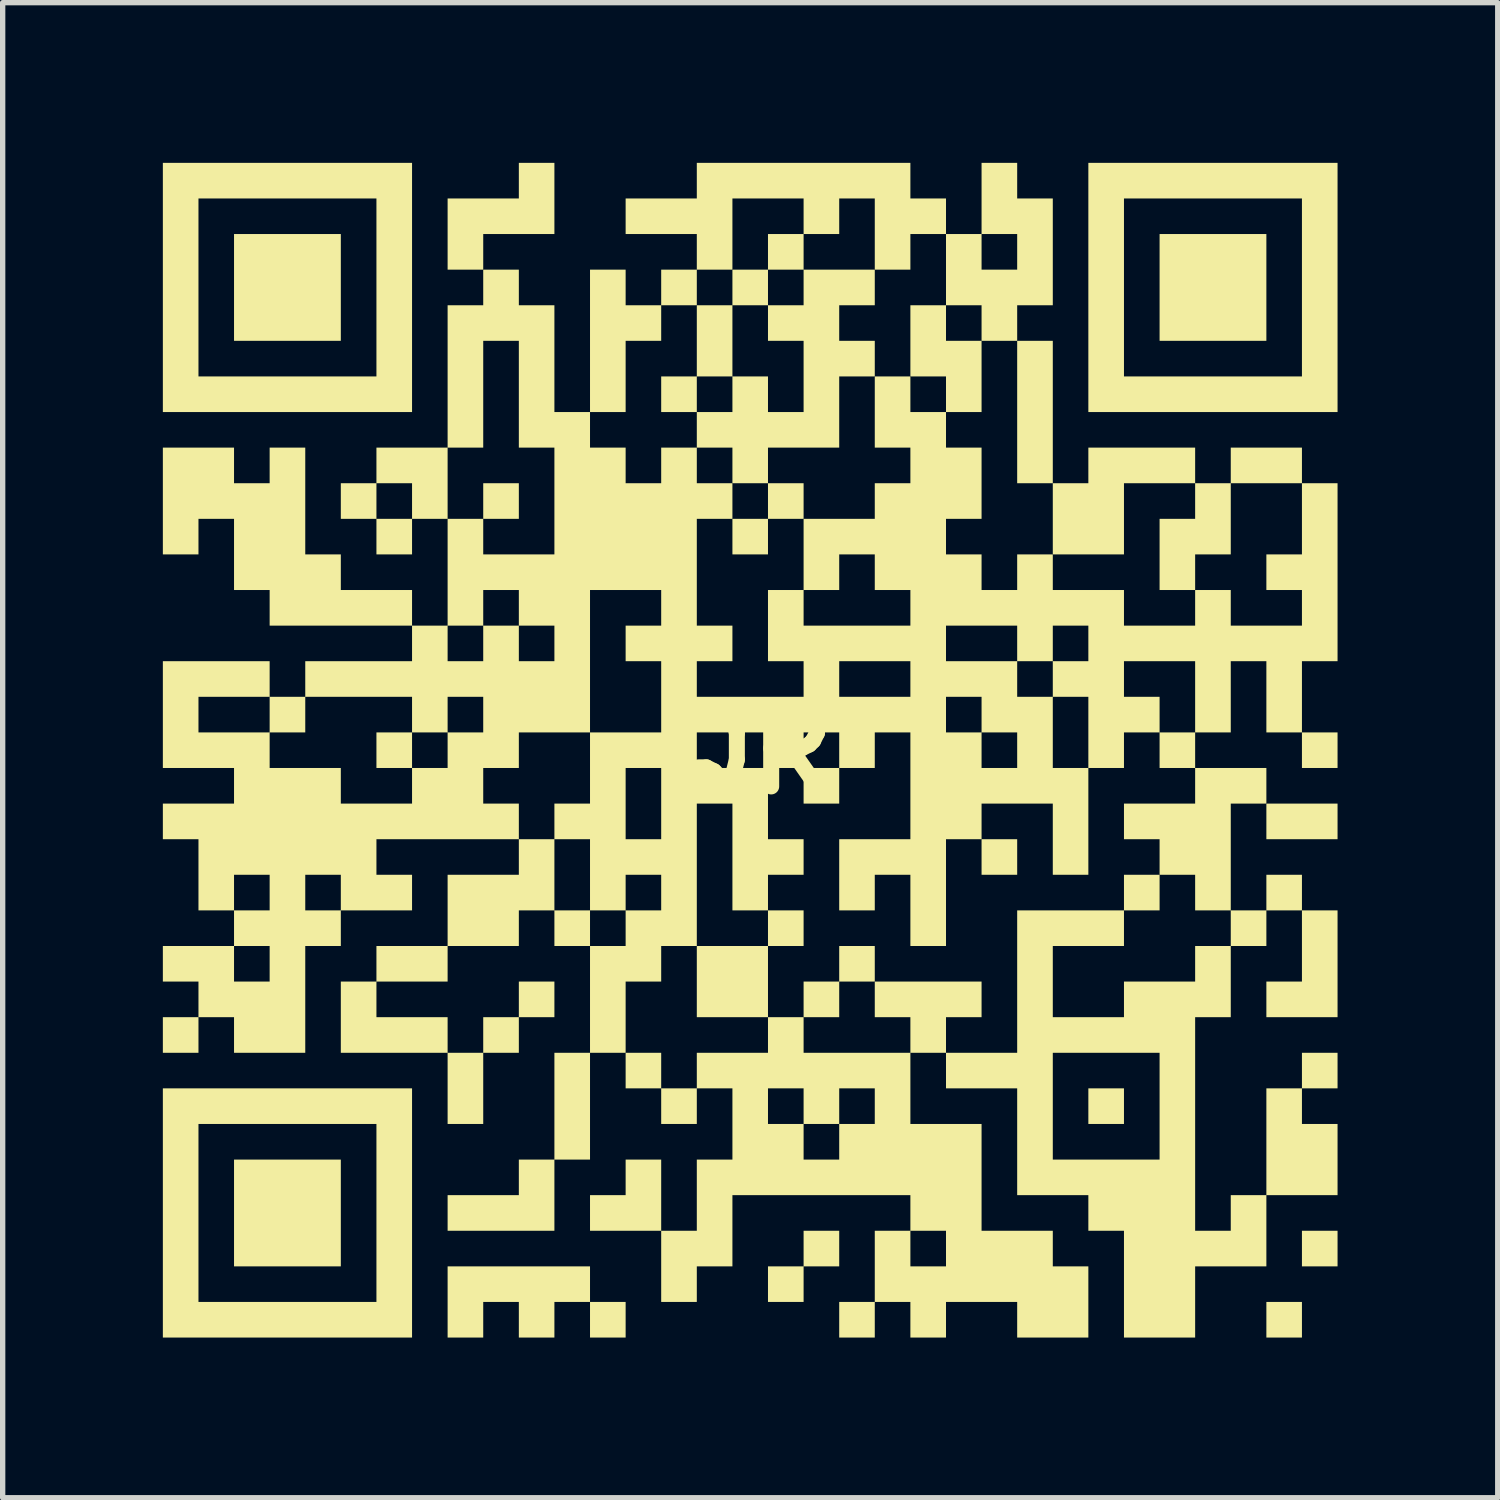
<source format=kicad_pcb>
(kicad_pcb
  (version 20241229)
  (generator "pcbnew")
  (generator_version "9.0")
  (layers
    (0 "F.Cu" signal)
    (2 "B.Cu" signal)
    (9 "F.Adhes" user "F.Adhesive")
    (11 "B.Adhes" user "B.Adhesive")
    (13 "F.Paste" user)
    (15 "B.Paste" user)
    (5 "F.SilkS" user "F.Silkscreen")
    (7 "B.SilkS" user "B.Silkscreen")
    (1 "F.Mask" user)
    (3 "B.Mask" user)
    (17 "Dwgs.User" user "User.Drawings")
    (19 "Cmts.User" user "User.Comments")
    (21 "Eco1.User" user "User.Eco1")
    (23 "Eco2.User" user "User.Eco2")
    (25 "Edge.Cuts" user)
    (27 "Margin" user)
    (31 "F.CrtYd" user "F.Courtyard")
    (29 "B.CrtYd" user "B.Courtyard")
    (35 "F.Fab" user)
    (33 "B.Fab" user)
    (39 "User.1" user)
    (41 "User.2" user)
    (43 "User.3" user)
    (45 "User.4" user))
  (footprint "QR"
    (layer "F.Cu")
    (at 11 11)
    (property "Reference" "QR" (at 0 0 0) (layer "F.SilkS") (effects (font (size 1.5 1.5) (thickness 0.3))))
    (attr board_only exclude_from_pos_files exclude_from_bom)
    (fp_poly (pts (xy -7.667 -8.667) (xy -7.667 -7.667) (xy -8.667 -7.667) (xy -9.667 -7.667) (xy -9.667 -8.667) (xy -9.667 -9.667) (xy -8.667 -9.667) (xy -7.667 -9.667)) (stroke (width 0) (type solid)) (fill yes) (layer "F.SilkS"))
    (fp_poly (pts (xy -7.667 8.667) (xy -7.667 9.667) (xy -8.667 9.667) (xy -9.667 9.667) (xy -9.667 8.667) (xy -9.667 7.667) (xy -8.667 7.667) (xy -7.667 7.667)) (stroke (width 0) (type solid)) (fill yes) (layer "F.SilkS"))
    (fp_poly (pts (xy -6.333 0) (xy -6.333 0.333) (xy -6.667 0.333) (xy -7 0.333) (xy -7 0) (xy -7 -0.333) (xy -6.667 -0.333) (xy -6.333 -0.333)) (stroke (width 0) (type solid)) (fill yes) (layer "F.SilkS"))
    (fp_poly (pts (xy -4.333 -4.667) (xy -4.333 -4.333) (xy -4.667 -4.333) (xy -5 -4.333) (xy -5 -4.667) (xy -5 -5) (xy -4.667 -5) (xy -4.333 -5)) (stroke (width 0) (type solid)) (fill yes) (layer "F.SilkS"))
    (fp_poly (pts (xy -2.333 10.667) (xy -2.333 11) (xy -2.667 11) (xy -3 11) (xy -3 10.667) (xy -3 10.333) (xy -2.667 10.333) (xy -2.333 10.333)) (stroke (width 0) (type solid)) (fill yes) (layer "F.SilkS"))
    (fp_poly (pts (xy 1.667 0.667) (xy 1.667 1) (xy 1.333 1) (xy 1 1) (xy 1 0.667) (xy 1 0.333) (xy 1.333 0.333) (xy 1.667 0.333)) (stroke (width 0) (type solid)) (fill yes) (layer "F.SilkS"))
    (fp_poly (pts (xy 5 2) (xy 5 2.333) (xy 4.667 2.333) (xy 4.333 2.333) (xy 4.333 2) (xy 4.333 1.667) (xy 4.667 1.667) (xy 5 1.667)) (stroke (width 0) (type solid)) (fill yes) (layer "F.SilkS"))
    (fp_poly (pts (xy 7 6.667) (xy 7 7) (xy 6.667 7) (xy 6.333 7) (xy 6.333 6.667) (xy 6.333 6.333) (xy 6.667 6.333) (xy 7 6.333)) (stroke (width 0) (type solid)) (fill yes) (layer "F.SilkS"))
    (fp_poly (pts (xy 7.667 2.667) (xy 7.667 3) (xy 7.333 3) (xy 7 3) (xy 7 2.667) (xy 7 2.333) (xy 7.333 2.333) (xy 7.667 2.333)) (stroke (width 0) (type solid)) (fill yes) (layer "F.SilkS"))
    (fp_poly (pts (xy 9.667 -8.667) (xy 9.667 -7.667) (xy 8.667 -7.667) (xy 7.667 -7.667) (xy 7.667 -8.667) (xy 7.667 -9.667) (xy 8.667 -9.667) (xy 9.667 -9.667)) (stroke (width 0) (type solid)) (fill yes) (layer "F.SilkS"))
    (fp_poly (pts (xy 10.333 10.667) (xy 10.333 11) (xy 10 11) (xy 9.667 11) (xy 9.667 10.667) (xy 9.667 10.333) (xy 10 10.333) (xy 10.333 10.333)) (stroke (width 0) (type solid)) (fill yes) (layer "F.SilkS"))
    (fp_poly (pts (xy 11 0) (xy 11 0.333) (xy 10.667 0.333) (xy 10.333 0.333) (xy 10.333 0) (xy 10.333 -0.333) (xy 10.667 -0.333) (xy 11 -0.333)) (stroke (width 0) (type solid)) (fill yes) (layer "F.SilkS"))
    (fp_poly (pts (xy 11 1.333) (xy 11 1.667) (xy 10.333 1.667) (xy 9.667 1.667) (xy 9.667 1.333) (xy 9.667 1) (xy 10.333 1) (xy 11 1)) (stroke (width 0) (type solid)) (fill yes) (layer "F.SilkS"))
    (fp_poly (pts (xy 11 9.333) (xy 11 9.667) (xy 10.667 9.667) (xy 10.333 9.667) (xy 10.333 9.333) (xy 10.333 9) (xy 10.667 9) (xy 11 9)) (stroke (width 0) (type solid)) (fill yes) (layer "F.SilkS"))
    (fp_poly (pts (xy 11 4) (xy 11 5) (xy 10.333 5) (xy 9.667 5) (xy 9.667 4.667) (xy 9.667 4.333) (xy 10 4.333) (xy 10.333 4.333) (xy 10.333 3.667) (xy 10.333 3) (xy 10.667 3) (xy 11 3)) (stroke (width 0) (type solid)) (fill yes) (layer "F.SilkS"))
    (fp_poly (pts (xy -3.667 -10.333) (xy -3.667 -9.667) (xy -4.333 -9.667) (xy -5 -9.667) (xy -5 -9.333) (xy -5 -9) (xy -5.333 -9) (xy -5.667 -9) (xy -5.667 -9.667) (xy -5.667 -10.333) (xy -5 -10.333) (xy -4.333 -10.333) (xy -4.333 -10.667) (xy -4.333 -11) (xy -4 -11) (xy -3.667 -11)) (stroke (width 0) (type solid)) (fill yes) (layer "F.SilkS"))
    (fp_poly (pts (xy 1 -4.667) (xy 1 -4.333) (xy 0.667 -4.333) (xy 0.333 -4.333) (xy 0.333 -4) (xy 0.333 -3.667) (xy 0 -3.667) (xy -0.333 -3.667) (xy -0.333 -4) (xy -0.333 -4.333) (xy 0 -4.333) (xy 0.333 -4.333) (xy 0.333 -4.667) (xy 0.333 -5) (xy 0.667 -5) (xy 1 -5)) (stroke (width 0) (type solid)) (fill yes) (layer "F.SilkS"))
    (fp_poly (pts (xy 1 3.333) (xy 1 3.667) (xy 0.667 3.667) (xy 0.333 3.667) (xy 0.333 4.333) (xy 0.333 5) (xy -0.333 5) (xy -1 5) (xy -1 4.333) (xy -1 3.667) (xy -0.333 3.667) (xy 0.333 3.667) (xy 0.333 3.333) (xy 0.333 3) (xy 0.667 3) (xy 1 3)) (stroke (width 0) (type solid)) (fill yes) (layer "F.SilkS"))
    (fp_poly (pts (xy 1.667 9.333) (xy 1.667 9.667) (xy 1.333 9.667) (xy 1 9.667) (xy 1 10) (xy 1 10.333) (xy 0.667 10.333) (xy 0.333 10.333) (xy 0.333 10) (xy 0.333 9.667) (xy 0.667 9.667) (xy 1 9.667) (xy 1 9.333) (xy 1 9) (xy 1.333 9) (xy 1.667 9)) (stroke (width 0) (type solid)) (fill yes) (layer "F.SilkS"))
    (fp_poly (pts (xy 2.333 4) (xy 2.333 4.333) (xy 2 4.333) (xy 1.667 4.333) (xy 1.667 4.667) (xy 1.667 5) (xy 1.333 5) (xy 1 5) (xy 1 4.667) (xy 1 4.333) (xy 1.333 4.333) (xy 1.667 4.333) (xy 1.667 4) (xy 1.667 3.667) (xy 2 3.667) (xy 2.333 3.667)) (stroke (width 0) (type solid)) (fill yes) (layer "F.SilkS"))
    (fp_poly (pts (xy 3.667 -8) (xy 3.667 -7.667) (xy 4 -7.667) (xy 4.333 -7.667) (xy 4.333 -7) (xy 4.333 -6.333) (xy 4 -6.333) (xy 3.667 -6.333) (xy 3.667 -6.667) (xy 3.667 -7) (xy 3.333 -7) (xy 3 -7) (xy 3 -7.667) (xy 3 -8.333) (xy 3.333 -8.333) (xy 3.667 -8.333)) (stroke (width 0) (type solid)) (fill yes) (layer "F.SilkS"))
    (fp_poly (pts (xy -6.333 -8.667) (xy -6.333 -6.333) (xy -8.667 -6.333) (xy -11 -6.333) (xy -11 -8.667) (xy -11 -10.333) (xy -10.333 -10.333) (xy -10.333 -8.667) (xy -10.333 -7) (xy -8.667 -7) (xy -7 -7) (xy -7 -8.667) (xy -7 -10.333) (xy -8.667 -10.333) (xy -10.333 -10.333) (xy -11 -10.333) (xy -11 -11) (xy -8.667 -11) (xy -6.333 -11)) (stroke (width 0) (type solid)) (fill yes) (layer "F.SilkS"))
    (fp_poly (pts (xy -6.333 8.667) (xy -6.333 11) (xy -8.667 11) (xy -11 11) (xy -11 8.667) (xy -11 7) (xy -10.333 7) (xy -10.333 8.667) (xy -10.333 10.333) (xy -8.667 10.333) (xy -7 10.333) (xy -7 8.667) (xy -7 7) (xy -8.667 7) (xy -10.333 7) (xy -11 7) (xy -11 6.333) (xy -8.667 6.333) (xy -6.333 6.333)) (stroke (width 0) (type solid)) (fill yes) (layer "F.SilkS"))
    (fp_poly (pts (xy 11 -8.667) (xy 11 -6.333) (xy 8.667 -6.333) (xy 6.333 -6.333) (xy 6.333 -8.667) (xy 6.333 -10.333) (xy 7 -10.333) (xy 7 -8.667) (xy 7 -7) (xy 8.667 -7) (xy 10.333 -7) (xy 10.333 -8.667) (xy 10.333 -10.333) (xy 8.667 -10.333) (xy 7 -10.333) (xy 6.333 -10.333) (xy 6.333 -11) (xy 8.667 -11) (xy 11 -11)) (stroke (width 0) (type solid)) (fill yes) (layer "F.SilkS"))
    (fp_poly (pts (xy -3 10) (xy -3 10.333) (xy -3.333 10.333) (xy -3.667 10.333) (xy -3.667 10.667) (xy -3.667 11) (xy -4 11) (xy -4.333 11) (xy -4.333 10.667) (xy -4.333 10.333) (xy -4.667 10.333) (xy -5 10.333) (xy -5 10.667) (xy -5 11) (xy -5.333 11) (xy -5.667 11) (xy -5.667 10.333) (xy -5.667 9.667) (xy -4.333 9.667) (xy -3 9.667)) (stroke (width 0) (type solid)) (fill yes) (layer "F.SilkS"))
    (fp_poly (pts (xy 5.667 -6.333) (xy 5.667 -5) (xy 6 -5) (xy 6.333 -5) (xy 6.333 -5.333) (xy 6.333 -5.667) (xy 7.333 -5.667) (xy 8.333 -5.667) (xy 8.333 -5.333) (xy 8.333 -5) (xy 8.667 -5) (xy 9 -5) (xy 9 -5.333) (xy 9 -5.667) (xy 9.667 -5.667) (xy 10.333 -5.667) (xy 10.333 -5.333) (xy 10.333 -5) (xy 9.667 -5) (xy 9 -5) (xy 9 -4.333) (xy 9 -3.667) (xy 8.667 -3.667) (xy 8.333 -3.667) (xy 8.333 -3.333) (xy 8.333 -3) (xy 8 -3) (xy 7.667 -3) (xy 7.667 -3.667) (xy 7.667 -4.333) (xy 8 -4.333) (xy 8.333 -4.333) (xy 8.333 -4.667) (xy 8.333 -5) (xy 7.667 -5) (xy 7 -5) (xy 7 -4.333) (xy 7 -3.667) (xy 6.333 -3.667) (xy 5.667 -3.667) (xy 5.667 -4.333) (xy 5.667 -5) (xy 5.333 -5) (xy 5 -5) (xy 5 -6.333) (xy 5 -7.667) (xy 5.333 -7.667) (xy 5.667 -7.667)) (stroke (width 0) (type solid)) (fill yes) (layer "F.SilkS"))
    (fp_poly (pts (xy 1 -9.333) (xy 1 -9) (xy 0.667 -9) (xy 0.333 -9) (xy 0.333 -8.667) (xy 0.333 -8.333) (xy 0 -8.333) (xy -0.333 -8.333) (xy -0.333 -7.667) (xy -0.333 -7) (xy -0.667 -7) (xy -1 -7) (xy -1 -6.667) (xy -1 -6.333) (xy -0.667 -6.333) (xy -0.333 -6.333) (xy -0.333 -6.667) (xy -0.333 -7) (xy 0 -7) (xy 0.333 -7) (xy 0.333 -6.667) (xy 0.333 -6.333) (xy 0.667 -6.333) (xy 1 -6.333) (xy 1 -7) (xy 1 -7.667) (xy 0.667 -7.667) (xy 0.333 -7.667) (xy 0.333 -8) (xy 0.333 -8.333) (xy 0.667 -8.333) (xy 1 -8.333) (xy 1 -8.667) (xy 1 -9) (xy 1.667 -9) (xy 2.333 -9) (xy 2.333 -8.667) (xy 2.333 -8.333) (xy 2 -8.333) (xy 1.667 -8.333) (xy 1.667 -8) (xy 1.667 -7.667) (xy 2 -7.667) (xy 2.333 -7.667) (xy 2.333 -7.333) (xy 2.333 -7) (xy 2 -7) (xy 1.667 -7) (xy 1.667 -6.333) (xy 1.667 -5.667) (xy 1 -5.667) (xy 0.333 -5.667) (xy 0.333 -5.333) (xy 0.333 -5) (xy 0 -5) (xy -0.333 -5) (xy -0.333 -5.333) (xy -0.333 -5.667) (xy -0.667 -5.667) (xy -1 -5.667) (xy -1 -6) (xy -1 -6.333) (xy -1.333 -6.333) (xy -1.667 -6.333) (xy -1.667 -6.667) (xy -1.667 -7) (xy -1.333 -7) (xy -1 -7) (xy -1 -7.667) (xy -1 -8.333) (xy -0.667 -8.333) (xy -0.333 -8.333) (xy -0.333 -8.667) (xy -0.333 -9) (xy 0 -9) (xy 0.333 -9) (xy 0.333 -9.333) (xy 0.333 -9.667) (xy 0.667 -9.667) (xy 1 -9.667)) (stroke (width 0) (type solid)) (fill yes) (layer "F.SilkS"))
    (fp_poly (pts (xy 9.667 0.667) (xy 9.667 1) (xy 9.333 1) (xy 9 1) (xy 9 2) (xy 9 3) (xy 9.333 3) (xy 9.667 3) (xy 9.667 2.667) (xy 9.667 2.333) (xy 10 2.333) (xy 10.333 2.333) (xy 10.333 2.667) (xy 10.333 3) (xy 10 3) (xy 9.667 3) (xy 9.667 3.333) (xy 9.667 3.667) (xy 9.333 3.667) (xy 9 3.667) (xy 9 4.333) (xy 9 5) (xy 8.667 5) (xy 8.333 5) (xy 8.333 7) (xy 8.333 9) (xy 8.667 9) (xy 9 9) (xy 9 8.667) (xy 9 8.333) (xy 9.333 8.333) (xy 9.667 8.333) (xy 9.667 7.333) (xy 9.667 6.333) (xy 10 6.333) (xy 10.333 6.333) (xy 10.333 6) (xy 10.333 5.667) (xy 10.667 5.667) (xy 11 5.667) (xy 11 6) (xy 11 6.333) (xy 10.667 6.333) (xy 10.333 6.333) (xy 10.333 6.667) (xy 10.333 7) (xy 10.667 7) (xy 11 7) (xy 11 7.667) (xy 11 8.333) (xy 10.333 8.333) (xy 9.667 8.333) (xy 9.667 9) (xy 9.667 9.667) (xy 9 9.667) (xy 8.333 9.667) (xy 8.333 10.333) (xy 8.333 11) (xy 7.667 11) (xy 7 11) (xy 7 10) (xy 7 9) (xy 6.667 9) (xy 6.333 9) (xy 6.333 8.667) (xy 6.333 8.333) (xy 5.667 8.333) (xy 5 8.333) (xy 5 7.333) (xy 5 6.333) (xy 4.333 6.333) (xy 3.667 6.333) (xy 3.667 6) (xy 3.667 5.667) (xy 3.333 5.667) (xy 3 5.667) (xy 3 6.333) (xy 3 7) (xy 3.667 7) (xy 4.333 7) (xy 4.333 8) (xy 4.333 9) (xy 5 9) (xy 5.667 9) (xy 5.667 9.333) (xy 5.667 9.667) (xy 6 9.667) (xy 6.333 9.667) (xy 6.333 10.333) (xy 6.333 11) (xy 5.667 11) (xy 5 11) (xy 5 10.667) (xy 5 10.333) (xy 4.333 10.333) (xy 3.667 10.333) (xy 3.667 10.667) (xy 3.667 11) (xy 3.333 11) (xy 3 11) (xy 3 10.667) (xy 3 10.333) (xy 2.667 10.333) (xy 2.333 10.333) (xy 2.333 10.667) (xy 2.333 11) (xy 2 11) (xy 1.667 11) (xy 1.667 10.667) (xy 1.667 10.333) (xy 2 10.333) (xy 2.333 10.333) (xy 2.333 9.667) (xy 2.333 9) (xy 2.667 9) (xy 3 9) (xy 3 9.333) (xy 3 9.667) (xy 3.333 9.667) (xy 3.667 9.667) (xy 3.667 9.333) (xy 3.667 9) (xy 3.333 9) (xy 3 9) (xy 3 8.667) (xy 3 8.333) (xy 1.333 8.333) (xy -0.333 8.333) (xy -0.333 9) (xy -0.333 9.667) (xy -0.667 9.667) (xy -1 9.667) (xy -1 10) (xy -1 10.333) (xy -1.333 10.333) (xy -1.667 10.333) (xy -1.667 9.667) (xy -1.667 9) (xy -2.333 9) (xy -3 9) (xy -3 8.667) (xy -3 8.333) (xy -2.667 8.333) (xy -2.333 8.333) (xy -2.333 8) (xy -2.333 7.667) (xy -2 7.667) (xy -1.667 7.667) (xy -1.667 8.333) (xy -1.667 9) (xy -1.333 9) (xy -1 9) (xy -1 8.333) (xy -1 7.667) (xy -0.667 7.667) (xy -0.333 7.667) (xy -0.333 7) (xy -0.333 6.333) (xy 0.333 6.333) (xy 0.333 6.667) (xy 0.333 7) (xy 0.667 7) (xy 1 7) (xy 1 7.333) (xy 1 7.667) (xy 1.333 7.667) (xy 1.667 7.667) (xy 1.667 7.333) (xy 1.667 7) (xy 2 7) (xy 2.333 7) (xy 2.333 6.667) (xy 2.333 6.333) (xy 2 6.333) (xy 1.667 6.333) (xy 1.667 6.667) (xy 1.667 7) (xy 1.333 7) (xy 1 7) (xy 1 6.667) (xy 1 6.333) (xy 0.667 6.333) (xy 0.333 6.333) (xy -0.333 6.333) (xy -0.667 6.333) (xy -1 6.333) (xy -1 6.667) (xy -1 7) (xy -1.333 7) (xy -1.667 7) (xy -1.667 6.667) (xy -1.667 6.333) (xy -2 6.333) (xy -2.333 6.333) (xy -2.333 6) (xy -2.333 5.667) (xy -2 5.667) (xy -1.667 5.667) (xy -1.667 6) (xy -1.667 6.333) (xy -1.333 6.333) (xy -1 6.333) (xy -1 6) (xy -1 5.667) (xy -0.333 5.667) (xy 0.333 5.667) (xy 0.333 5.333) (xy 0.333 5) (xy 0.667 5) (xy 1 5) (xy 1 5.333) (xy 1 5.667) (xy 2 5.667) (xy 3 5.667) (xy 3 5.333) (xy 3 5) (xy 2.667 5) (xy 2.333 5) (xy 2.333 4.667) (xy 2.333 4.333) (xy 3.333 4.333) (xy 4.333 4.333) (xy 4.333 4.667) (xy 4.333 5) (xy 4 5) (xy 3.667 5) (xy 3.667 5.333) (xy 3.667 5.667) (xy 4.333 5.667) (xy 5 5.667) (xy 5.667 5.667) (xy 5.667 6.667) (xy 5.667 7.667) (xy 6.667 7.667) (xy 7.667 7.667) (xy 7.667 6.667) (xy 7.667 5.667) (xy 6.667 5.667) (xy 5.667 5.667) (xy 5 5.667) (xy 5 4.333) (xy 5 3) (xy 6 3) (xy 7 3) (xy 7 3.333) (xy 7 3.667) (xy 6.333 3.667) (xy 5.667 3.667) (xy 5.667 4.333) (xy 5.667 5) (xy 6.333 5) (xy 7 5) (xy 7 4.667) (xy 7 4.333) (xy 7.667 4.333) (xy 8.333 4.333) (xy 8.333 4) (xy 8.333 3.667) (xy 8.667 3.667) (xy 9 3.667) (xy 9 3.333) (xy 9 3) (xy 8.667 3) (xy 8.333 3) (xy 8.333 2.667) (xy 8.333 2.333) (xy 8 2.333) (xy 7.667 2.333) (xy 7.667 2) (xy 7.667 1.667) (xy 7.333 1.667) (xy 7 1.667) (xy 7 1.333) (xy 7 1) (xy 7.667 1) (xy 8.333 1) (xy 8.333 0.667) (xy 8.333 0.333) (xy 9 0.333) (xy 9.667 0.333)) (stroke (width 0) (type solid)) (fill yes) (layer "F.SilkS"))
    (fp_poly (pts (xy 3 -10.667) (xy 3 -10.333) (xy 3.333 -10.333) (xy 3.667 -10.333) (xy 3.667 -10) (xy 3.667 -9.667) (xy 4 -9.667) (xy 4.333 -9.667) (xy 4.333 -9.333) (xy 4.333 -9) (xy 4.667 -9) (xy 5 -9) (xy 5 -9.333) (xy 5 -9.667) (xy 4.667 -9.667) (xy 4.333 -9.667) (xy 4.333 -10.333) (xy 4.333 -11) (xy 4.667 -11) (xy 5 -11) (xy 5 -10.667) (xy 5 -10.333) (xy 5.333 -10.333) (xy 5.667 -10.333) (xy 5.667 -9.333) (xy 5.667 -8.333) (xy 5.333 -8.333) (xy 5 -8.333) (xy 5 -8) (xy 5 -7.667) (xy 4.667 -7.667) (xy 4.333 -7.667) (xy 4.333 -8) (xy 4.333 -8.333) (xy 4 -8.333) (xy 3.667 -8.333) (xy 3.667 -9) (xy 3.667 -9.667) (xy 3.333 -9.667) (xy 3 -9.667) (xy 3 -9.333) (xy 3 -9) (xy 2.667 -9) (xy 2.333 -9) (xy 2.333 -9.667) (xy 2.333 -10.333) (xy 2 -10.333) (xy 1.667 -10.333) (xy 1.667 -10) (xy 1.667 -9.667) (xy 1.333 -9.667) (xy 1 -9.667) (xy 1 -10) (xy 1 -10.333) (xy 0.333 -10.333) (xy -0.333 -10.333) (xy -0.333 -9.667) (xy -0.333 -9) (xy -0.667 -9) (xy -1 -9) (xy -1 -8.667) (xy -1 -8.333) (xy -1.333 -8.333) (xy -1.667 -8.333) (xy -1.667 -8) (xy -1.667 -7.667) (xy -2 -7.667) (xy -2.333 -7.667) (xy -2.333 -7) (xy -2.333 -6.333) (xy -2.667 -6.333) (xy -3 -6.333) (xy -3 -6) (xy -3 -5.667) (xy -2.667 -5.667) (xy -2.333 -5.667) (xy -2.333 -5.333) (xy -2.333 -5) (xy -2 -5) (xy -1.667 -5) (xy -1.667 -5.333) (xy -1.667 -5.667) (xy -1.333 -5.667) (xy -1 -5.667) (xy -1 -5.333) (xy -1 -5) (xy -0.667 -5) (xy -0.333 -5) (xy -0.333 -4.667) (xy -0.333 -4.333) (xy -0.667 -4.333) (xy -1 -4.333) (xy -1 -3.333) (xy -1 -2.333) (xy -0.667 -2.333) (xy -0.333 -2.333) (xy -0.333 -2) (xy -0.333 -1.667) (xy -0.667 -1.667) (xy -1 -1.667) (xy -1 -1.333) (xy -1 -1) (xy 0 -1) (xy 1 -1) (xy 1 -1.333) (xy 1 -1.667) (xy 1.667 -1.667) (xy 1.667 -1.333) (xy 1.667 -1) (xy 2.333 -1) (xy 3 -1) (xy 3.667 -1) (xy 3.667 -0.667) (xy 3.667 -0.333) (xy 4 -0.333) (xy 4.333 -0.333) (xy 4.333 0) (xy 4.333 0.333) (xy 4.667 0.333) (xy 5 0.333) (xy 5 0) (xy 5 -0.333) (xy 4.667 -0.333) (xy 4.333 -0.333) (xy 4.333 -0.667) (xy 4.333 -1) (xy 4 -1) (xy 3.667 -1) (xy 3 -1) (xy 3 -1.333) (xy 3 -1.667) (xy 2.333 -1.667) (xy 1.667 -1.667) (xy 1 -1.667) (xy 0.667 -1.667) (xy 0.333 -1.667) (xy 0.333 -2.333) (xy 0.333 -3) (xy 0.667 -3) (xy 1 -3) (xy 1 -2.667) (xy 1 -2.333) (xy 2 -2.333) (xy 3 -2.333) (xy 3.667 -2.333) (xy 3.667 -2) (xy 3.667 -1.667) (xy 4.333 -1.667) (xy 5 -1.667) (xy 5 -1.333) (xy 5 -1) (xy 5.333 -1) (xy 5.667 -1) (xy 5.667 -1.333) (xy 5.667 -1.667) (xy 6 -1.667) (xy 6.333 -1.667) (xy 6.333 -2) (xy 6.333 -2.333) (xy 6 -2.333) (xy 5.667 -2.333) (xy 5.667 -2) (xy 5.667 -1.667) (xy 5.333 -1.667) (xy 5 -1.667) (xy 5 -2) (xy 5 -2.333) (xy 4.333 -2.333) (xy 3.667 -2.333) (xy 3 -2.333) (xy 3 -2.667) (xy 3 -3) (xy 2.667 -3) (xy 2.333 -3) (xy 2.333 -3.333) (xy 2.333 -3.667) (xy 2 -3.667) (xy 1.667 -3.667) (xy 1.667 -3.333) (xy 1.667 -3) (xy 1.333 -3) (xy 1 -3) (xy 1 -3.667) (xy 1 -4.333) (xy 1.667 -4.333) (xy 2.333 -4.333) (xy 2.333 -4.667) (xy 2.333 -5) (xy 2.667 -5) (xy 3 -5) (xy 3 -5.333) (xy 3 -5.667) (xy 2.667 -5.667) (xy 2.333 -5.667) (xy 2.333 -6.333) (xy 2.333 -7) (xy 2.667 -7) (xy 3 -7) (xy 3 -6.667) (xy 3 -6.333) (xy 3.333 -6.333) (xy 3.667 -6.333) (xy 3.667 -6) (xy 3.667 -5.667) (xy 4 -5.667) (xy 4.333 -5.667) (xy 4.333 -5) (xy 4.333 -4.333) (xy 4 -4.333) (xy 3.667 -4.333) (xy 3.667 -4) (xy 3.667 -3.667) (xy 4 -3.667) (xy 4.333 -3.667) (xy 4.333 -3.333) (xy 4.333 -3) (xy 4.667 -3) (xy 5 -3) (xy 5 -3.333) (xy 5 -3.667) (xy 5.333 -3.667) (xy 5.667 -3.667) (xy 5.667 -3.333) (xy 5.667 -3) (xy 6.333 -3) (xy 7 -3) (xy 7 -2.667) (xy 7 -2.333) (xy 7.667 -2.333) (xy 8.333 -2.333) (xy 8.333 -2.667) (xy 8.333 -3) (xy 8.667 -3) (xy 9 -3) (xy 9 -2.667) (xy 9 -2.333) (xy 9.667 -2.333) (xy 10.333 -2.333) (xy 10.333 -2.667) (xy 10.333 -3) (xy 10 -3) (xy 9.667 -3) (xy 9.667 -3.333) (xy 9.667 -3.667) (xy 10 -3.667) (xy 10.333 -3.667) (xy 10.333 -4.333) (xy 10.333 -5) (xy 10.667 -5) (xy 11 -5) (xy 11 -3.333) (xy 11 -1.667) (xy 10.667 -1.667) (xy 10.333 -1.667) (xy 10.333 -1) (xy 10.333 -0.333) (xy 10 -0.333) (xy 9.667 -0.333) (xy 9.667 -1) (xy 9.667 -1.667) (xy 9.333 -1.667) (xy 9 -1.667) (xy 9 -1) (xy 9 -0.333) (xy 8.667 -0.333) (xy 8.333 -0.333) (xy 8.333 0) (xy 8.333 0.333) (xy 8 0.333) (xy 7.667 0.333) (xy 7.667 0) (xy 7.667 -0.333) (xy 8 -0.333) (xy 8.333 -0.333) (xy 8.333 -1) (xy 8.333 -1.667) (xy 7.667 -1.667) (xy 7 -1.667) (xy 7 -1.333) (xy 7 -1) (xy 7.333 -1) (xy 7.667 -1) (xy 7.667 -0.667) (xy 7.667 -0.333) (xy 7.333 -0.333) (xy 7 -0.333) (xy 7 0) (xy 7 0.333) (xy 6.667 0.333) (xy 6.333 0.333) (xy 6.333 -0.333) (xy 6.333 -1) (xy 6 -1) (xy 5.667 -1) (xy 5.667 -0.333) (xy 5.667 0.333) (xy 6 0.333) (xy 6.333 0.333) (xy 6.333 1.333) (xy 6.333 2.333) (xy 6 2.333) (xy 5.667 2.333) (xy 5.667 1.667) (xy 5.667 1) (xy 5 1) (xy 4.333 1) (xy 4.333 1.333) (xy 4.333 1.667) (xy 4 1.667) (xy 3.667 1.667) (xy 3.667 2.667) (xy 3.667 3.667) (xy 3.333 3.667) (xy 3 3.667) (xy 3 3) (xy 3 2.333) (xy 2.667 2.333) (xy 2.333 2.333) (xy 2.333 2.667) (xy 2.333 3) (xy 2 3) (xy 1.667 3) (xy 1.667 2.333) (xy 1.667 1.667) (xy 2.333 1.667) (xy 3 1.667) (xy 3 0.667) (xy 3 -0.333) (xy 2.667 -0.333) (xy 2.333 -0.333) (xy 2.333 0) (xy 2.333 0.333) (xy 2 0.333) (xy 1.667 0.333) (xy 1.667 0) (xy 1.667 -0.333) (xy 1.333 -0.333) (xy 1 -0.333) (xy 1 0) (xy 1 0.333) (xy 0.667 0.333) (xy 0.333 0.333) (xy 0.333 0) (xy 0.333 -0.333) (xy -0.333 -0.333) (xy -1 -0.333) (xy -1 0) (xy -1 0.333) (xy -0.333 0.333) (xy 0.333 0.333) (xy 0.333 1) (xy 0.333 1.667) (xy 0.667 1.667) (xy 1 1.667) (xy 1 2) (xy 1 2.333) (xy 0.667 2.333) (xy 0.333 2.333) (xy 0.333 2.667) (xy 0.333 3) (xy 0 3) (xy -0.333 3) (xy -0.333 2) (xy -0.333 1) (xy -0.667 1) (xy -1 1) (xy -1 2.333) (xy -1 3.667) (xy -1.333 3.667) (xy -1.667 3.667) (xy -1.667 4) (xy -1.667 4.333) (xy -2 4.333) (xy -2.333 4.333) (xy -2.333 5) (xy -2.333 5.667) (xy -2.667 5.667) (xy -3 5.667) (xy -3 6.667) (xy -3 7.667) (xy -3.333 7.667) (xy -3.667 7.667) (xy -3.667 8.333) (xy -3.667 9) (xy -4.667 9) (xy -5.667 9) (xy -5.667 8.667) (xy -5.667 8.333) (xy -5 8.333) (xy -4.333 8.333) (xy -4.333 8) (xy -4.333 7.667) (xy -4 7.667) (xy -3.667 7.667) (xy -3.667 6.667) (xy -3.667 5.667) (xy -3.333 5.667) (xy -3 5.667) (xy -3 4.667) (xy -3 3.667) (xy -3.333 3.667) (xy -3.667 3.667) (xy -3.667 3.333) (xy -3.667 3) (xy -3.333 3) (xy -3 3) (xy -3 3.333) (xy -3 3.667) (xy -2.667 3.667) (xy -2.333 3.667) (xy -2.333 3.333) (xy -2.333 3) (xy -2 3) (xy -1.667 3) (xy -1.667 2.667) (xy -1.667 2.333) (xy -2 2.333) (xy -2.333 2.333) (xy -2.333 2.667) (xy -2.333 3) (xy -2.667 3) (xy -3 3) (xy -3 2.333) (xy -3 1.667) (xy -3.333 1.667) (xy -3.667 1.667) (xy -3.667 2.333) (xy -3.667 3) (xy -4 3) (xy -4.333 3) (xy -4.333 3.333) (xy -4.333 3.667) (xy -5 3.667) (xy -5.667 3.667) (xy -5.667 4) (xy -5.667 4.333) (xy -6.333 4.333) (xy -7 4.333) (xy -7 4.667) (xy -7 5) (xy -6.333 5) (xy -5.667 5) (xy -5.667 5.333) (xy -5.667 5.667) (xy -5.333 5.667) (xy -5 5.667) (xy -5 5.333) (xy -5 5) (xy -4.667 5) (xy -4.333 5) (xy -4.333 4.667) (xy -4.333 4.333) (xy -4 4.333) (xy -3.667 4.333) (xy -3.667 4.667) (xy -3.667 5) (xy -4 5) (xy -4.333 5) (xy -4.333 5.333) (xy -4.333 5.667) (xy -4.667 5.667) (xy -5 5.667) (xy -5 6.333) (xy -5 7) (xy -5.333 7) (xy -5.667 7) (xy -5.667 6.333) (xy -5.667 5.667) (xy -6.667 5.667) (xy -7.667 5.667) (xy -7.667 5) (xy -7.667 4.333) (xy -7.333 4.333) (xy -7 4.333) (xy -7 4) (xy -7 3.667) (xy -6.333 3.667) (xy -5.667 3.667) (xy -5.667 3) (xy -5.667 2.333) (xy -5 2.333) (xy -4.333 2.333) (xy -4.333 2) (xy -4.333 1.667) (xy -5.667 1.667) (xy -7 1.667) (xy -7 2) (xy -7 2.333) (xy -6.667 2.333) (xy -6.333 2.333) (xy -6.333 2.667) (xy -6.333 3) (xy -7 3) (xy -7.667 3) (xy -7.667 3.333) (xy -7.667 3.667) (xy -8 3.667) (xy -8.333 3.667) (xy -8.333 4.667) (xy -8.333 5.667) (xy -9 5.667) (xy -9.667 5.667) (xy -9.667 5.333) (xy -9.667 5) (xy -10 5) (xy -10.333 5) (xy -10.333 5.333) (xy -10.333 5.667) (xy -10.667 5.667) (xy -11 5.667) (xy -11 5.333) (xy -11 5) (xy -10.667 5) (xy -10.333 5) (xy -10.333 4.667) (xy -10.333 4.333) (xy -10.667 4.333) (xy -11 4.333) (xy -11 4) (xy -11 3.667) (xy -10.333 3.667) (xy -9.667 3.667) (xy -9.667 4) (xy -9.667 4.333) (xy -9.333 4.333) (xy -9 4.333) (xy -9 4) (xy -9 3.667) (xy -9.333 3.667) (xy -9.667 3.667) (xy -9.667 3.333) (xy -9.667 3) (xy -10 3) (xy -10.333 3) (xy -10.333 2.333) (xy -9.667 2.333) (xy -9.667 2.667) (xy -9.667 3) (xy -9.333 3) (xy -9 3) (xy -9 2.667) (xy -9 2.333) (xy -8.333 2.333) (xy -8.333 2.667) (xy -8.333 3) (xy -8 3) (xy -7.667 3) (xy -7.667 2.667) (xy -7.667 2.333) (xy -8 2.333) (xy -8.333 2.333) (xy -9 2.333) (xy -9.333 2.333) (xy -9.667 2.333) (xy -10.333 2.333) (xy -10.333 1.667) (xy -10.667 1.667) (xy -11 1.667) (xy -11 1.333) (xy -11 1) (xy -10.333 1) (xy -9.667 1) (xy -9.667 0.667) (xy -9.667 0.333) (xy -10.333 0.333) (xy -11 0.333) (xy -11 -0.667) (xy -11 -1) (xy -10.333 -1) (xy -10.333 -0.667) (xy -10.333 -0.333) (xy -9.667 -0.333) (xy -9 -0.333) (xy -9 0) (xy -9 0.333) (xy -8.333 0.333) (xy -7.667 0.333) (xy -7.667 0.667) (xy -7.667 1) (xy -7 1) (xy -6.333 1) (xy -5 1) (xy -4.667 1) (xy -4.333 1) (xy -4.333 1.333) (xy -4.333 1.667) (xy -4 1.667) (xy -3.667 1.667) (xy -3.667 1.333) (xy -3.667 1) (xy -3.333 1) (xy -3 1) (xy -3 0.333) (xy -2.333 0.333) (xy -2.333 1) (xy -2.333 1.667) (xy -2 1.667) (xy -1.667 1.667) (xy -1.667 1) (xy -1.667 0.333) (xy -2 0.333) (xy -2.333 0.333) (xy -3 0.333) (xy -3 -0.333) (xy -2.333 -0.333) (xy -1.667 -0.333) (xy -1.667 -1) (xy -1.667 -1.667) (xy -2 -1.667) (xy -2.333 -1.667) (xy -2.333 -2) (xy -2.333 -2.333) (xy -2 -2.333) (xy -1.667 -2.333) (xy -1.667 -2.667) (xy -1.667 -3) (xy -2.333 -3) (xy -3 -3) (xy -3 -1.667) (xy -3 -0.333) (xy -3.667 -0.333) (xy -4.333 -0.333) (xy -4.333 0) (xy -4.333 0.333) (xy -4.667 0.333) (xy -5 0.333) (xy -5 0.667) (xy -5 1) (xy -6.333 1) (xy -6.333 0.667) (xy -6.333 0.333) (xy -6 0.333) (xy -5.667 0.333) (xy -5.667 0) (xy -5.667 -0.333) (xy -5.333 -0.333) (xy -5 -0.333) (xy -5 -0.667) (xy -5 -1) (xy -5.333 -1) (xy -5.667 -1) (xy -5.667 -0.667) (xy -5.667 -0.333) (xy -6 -0.333) (xy -6.333 -0.333) (xy -6.333 -0.667) (xy -6.333 -1) (xy -7.333 -1) (xy -8.333 -1) (xy -8.333 -0.667) (xy -8.333 -0.333) (xy -8.667 -0.333) (xy -9 -0.333) (xy -9 -0.667) (xy -9 -1) (xy -9.667 -1) (xy -10.333 -1) (xy -11 -1) (xy -11 -1.667) (xy -10 -1.667) (xy -9 -1.667) (xy -9 -1.333) (xy -9 -1) (xy -8.667 -1) (xy -8.333 -1) (xy -8.333 -1.333) (xy -8.333 -1.667) (xy -7.333 -1.667) (xy -6.333 -1.667) (xy -5.667 -1.667) (xy -5.333 -1.667) (xy -5 -1.667) (xy -5 -2) (xy -5 -2.333) (xy -4.667 -2.333) (xy -4.333 -2.333) (xy -4.333 -2) (xy -4.333 -1.667) (xy -4 -1.667) (xy -3.667 -1.667) (xy -3.667 -2) (xy -3.667 -2.333) (xy -4 -2.333) (xy -4.333 -2.333) (xy -4.333 -2.667) (xy -4.333 -3) (xy -4.667 -3) (xy -5 -3) (xy -5 -2.667) (xy -5 -2.333) (xy -5.333 -2.333) (xy -5.667 -2.333) (xy -5.667 -2) (xy -5.667 -1.667) (xy -6.333 -1.667) (xy -6.333 -2) (xy -6.333 -2.333) (xy -7.667 -2.333) (xy -9 -2.333) (xy -9 -2.667) (xy -9 -3) (xy -9.333 -3) (xy -9.667 -3) (xy -9.667 -3.667) (xy -9.667 -4.333) (xy -10 -4.333) (xy -10.333 -4.333) (xy -10.333 -4) (xy -10.333 -3.667) (xy -10.667 -3.667) (xy -11 -3.667) (xy -11 -4.667) (xy -11 -5.667) (xy -10.333 -5.667) (xy -9.667 -5.667) (xy -9.667 -5.333) (xy -9.667 -5) (xy -9.333 -5) (xy -9 -5) (xy -9 -5.333) (xy -9 -5.667) (xy -8.667 -5.667) (xy -8.333 -5.667) (xy -8.333 -4.667) (xy -8.333 -3.667) (xy -8 -3.667) (xy -7.667 -3.667) (xy -7.667 -3.333) (xy -7.667 -3) (xy -7 -3) (xy -6.333 -3) (xy -6.333 -2.667) (xy -6.333 -2.333) (xy -6 -2.333) (xy -5.667 -2.333) (xy -5.667 -3.333) (xy -5.667 -4.333) (xy -5.333 -4.333) (xy -5 -4.333) (xy -5 -4) (xy -5 -3.667) (xy -4.333 -3.667) (xy -3.667 -3.667) (xy -3.667 -4.667) (xy -3.667 -5.667) (xy -4 -5.667) (xy -4.333 -5.667) (xy -4.333 -6.667) (xy -4.333 -7.667) (xy -4.667 -7.667) (xy -5 -7.667) (xy -5 -6.667) (xy -5 -5.667) (xy -5.333 -5.667) (xy -5.667 -5.667) (xy -5.667 -5) (xy -5.667 -4.333) (xy -6 -4.333) (xy -6.333 -4.333) (xy -6.333 -4) (xy -6.333 -3.667) (xy -6.667 -3.667) (xy -7 -3.667) (xy -7 -4) (xy -7 -4.333) (xy -7.333 -4.333) (xy -7.667 -4.333) (xy -7.667 -4.667) (xy -7.667 -5) (xy -7.333 -5) (xy -7 -5) (xy -7 -4.667) (xy -7 -4.333) (xy -6.667 -4.333) (xy -6.333 -4.333) (xy -6.333 -4.667) (xy -6.333 -5) (xy -6.667 -5) (xy -7 -5) (xy -7 -5.333) (xy -7 -5.667) (xy -6.333 -5.667) (xy -5.667 -5.667) (xy -5.667 -7) (xy -5.667 -8.333) (xy -5.333 -8.333) (xy -5 -8.333) (xy -5 -8.667) (xy -5 -9) (xy -4.667 -9) (xy -4.333 -9) (xy -4.333 -8.667) (xy -4.333 -8.333) (xy -4 -8.333) (xy -3.667 -8.333) (xy -3.667 -7.333) (xy -3.667 -6.333) (xy -3.333 -6.333) (xy -3 -6.333) (xy -3 -7.667) (xy -3 -9) (xy -2.667 -9) (xy -2.333 -9) (xy -2.333 -8.667) (xy -2.333 -8.333) (xy -2 -8.333) (xy -1.667 -8.333) (xy -1.667 -8.667) (xy -1.667 -9) (xy -1.333 -9) (xy -1 -9) (xy -1 -9.333) (xy -1 -9.667) (xy -1.667 -9.667) (xy -2.333 -9.667) (xy -2.333 -10) (xy -2.333 -10.333) (xy -1.667 -10.333) (xy -1 -10.333) (xy -1 -10.667) (xy -1 -11) (xy 1 -11) (xy 3 -11)) (stroke (width 0) (type solid)) (fill yes) (layer "F.SilkS")))
  (gr_rect
    (start -3 -3)
    (end 25 25)
    (stroke (width 0.1) (type default))
    (fill no)
    (layer "Edge.Cuts")))
</source>
